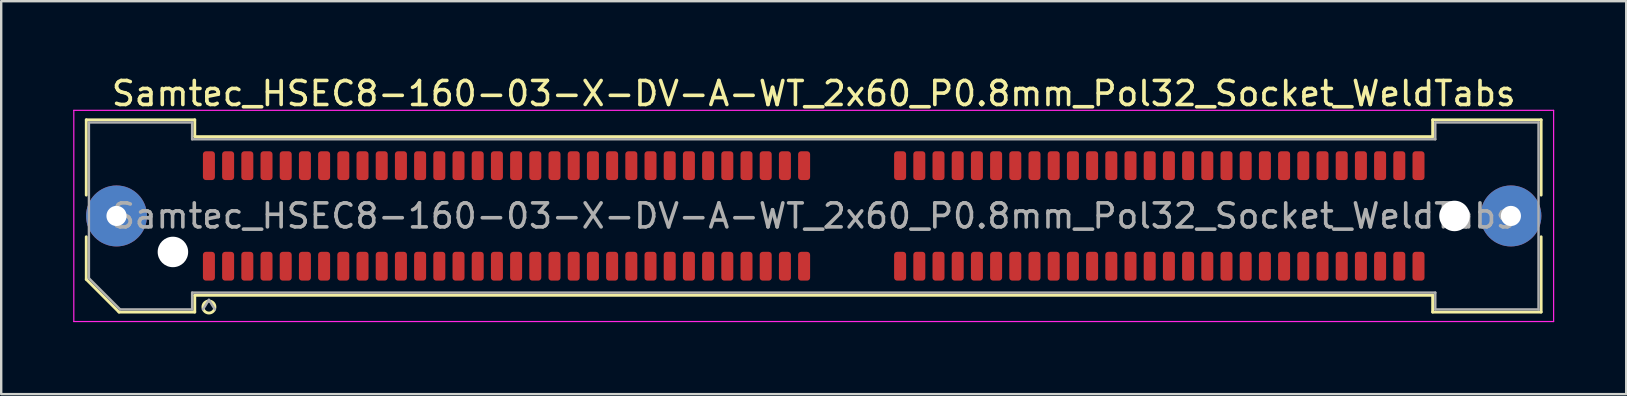
<source format=kicad_pcb>
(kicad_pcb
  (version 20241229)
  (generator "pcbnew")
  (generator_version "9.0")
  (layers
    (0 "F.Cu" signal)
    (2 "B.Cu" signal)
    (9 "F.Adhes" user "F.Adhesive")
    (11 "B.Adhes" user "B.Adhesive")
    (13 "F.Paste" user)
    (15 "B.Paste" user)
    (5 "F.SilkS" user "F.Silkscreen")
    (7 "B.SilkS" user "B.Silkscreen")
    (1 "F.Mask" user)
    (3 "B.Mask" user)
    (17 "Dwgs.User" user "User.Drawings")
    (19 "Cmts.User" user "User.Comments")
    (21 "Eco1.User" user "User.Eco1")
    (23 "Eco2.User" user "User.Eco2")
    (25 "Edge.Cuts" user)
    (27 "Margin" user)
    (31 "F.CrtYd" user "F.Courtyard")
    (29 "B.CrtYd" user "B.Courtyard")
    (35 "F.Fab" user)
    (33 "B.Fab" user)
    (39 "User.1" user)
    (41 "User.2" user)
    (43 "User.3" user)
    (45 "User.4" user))
  (footprint "Samtec_HSEC8-160-03-X-DV-A-WT_2x60_P0.8mm_Pol32_Socket_WeldTabs"
    (layer "F.Cu")
    (at 30.855 5.948)
    (property "Reference" "Samtec_HSEC8-160-03-X-DV-A-WT_2x60_P0.8mm_Pol32_Socket_WeldTabs" (at 0 -5.1 0) (layer "F.SilkS") (effects (font (size 1 1) (thickness 0.15))))
    (attr smd)
    (fp_line (start -30.31 -4.005) (end -25.79 -4.005) (stroke (width 0.12) (type solid)) (layer "F.SilkS"))
    (fp_line (start -30.31 -0.868) (end -30.31 -4.005) (stroke (width 0.12) (type solid)) (layer "F.SilkS"))
    (fp_line (start -30.31 2.641) (end -30.31 0.868) (stroke (width 0.12) (type solid)) (layer "F.SilkS"))
    (fp_line (start -28.946 4.005) (end -30.31 2.641) (stroke (width 0.12) (type solid)) (layer "F.SilkS"))
    (fp_line (start -25.79 -4.005) (end -25.79 -3.305) (stroke (width 0.12) (type solid)) (layer "F.SilkS"))
    (fp_line (start -25.79 -3.305) (end 25.79 -3.305) (stroke (width 0.12) (type solid)) (layer "F.SilkS"))
    (fp_line (start -25.79 3.305) (end -25.79 4.005) (stroke (width 0.12) (type solid)) (layer "F.SilkS"))
    (fp_line (start -25.79 4.005) (end -28.946 4.005) (stroke (width 0.12) (type solid)) (layer "F.SilkS"))
    (fp_line (start 25.79 -4.005) (end 30.31 -4.005) (stroke (width 0.12) (type solid)) (layer "F.SilkS"))
    (fp_line (start 25.79 -3.305) (end 25.79 -4.005) (stroke (width 0.12) (type solid)) (layer "F.SilkS"))
    (fp_line (start 25.79 3.305) (end -25.79 3.305) (stroke (width 0.12) (type solid)) (layer "F.SilkS"))
    (fp_line (start 25.79 4.005) (end 25.79 3.305) (stroke (width 0.12) (type solid)) (layer "F.SilkS"))
    (fp_line (start 30.31 -4.005) (end 30.31 -0.868) (stroke (width 0.12) (type solid)) (layer "F.SilkS"))
    (fp_line (start 30.31 0.868) (end 30.31 4.005) (stroke (width 0.12) (type solid)) (layer "F.SilkS"))
    (fp_line (start 30.31 4.005) (end 25.79 4.005) (stroke (width 0.12) (type solid)) (layer "F.SilkS"))
    (fp_arc (start -24.95 3.795) (mid -25.45 3.795) (end -24.95 3.795) (stroke (width 0.12) (type solid)) (layer "F.SilkS"))
    (fp_line (start -30.83 -4.4) (end -30.83 4.4) (stroke (width 0.05) (type solid)) (layer "F.CrtYd"))
    (fp_line (start -30.83 4.4) (end 30.83 4.4) (stroke (width 0.05) (type solid)) (layer "F.CrtYd"))
    (fp_line (start 30.83 -4.4) (end -30.83 -4.4) (stroke (width 0.05) (type solid)) (layer "F.CrtYd"))
    (fp_line (start 30.83 4.4) (end 30.83 -4.4) (stroke (width 0.05) (type solid)) (layer "F.CrtYd"))
    (fp_line (start -30.2 -3.895) (end -25.9 -3.895) (stroke (width 0.1) (type solid)) (layer "F.Fab"))
    (fp_line (start -30.2 2.595) (end -30.2 -3.895) (stroke (width 0.1) (type solid)) (layer "F.Fab"))
    (fp_line (start -28.9 3.895) (end -30.2 2.595) (stroke (width 0.1) (type solid)) (layer "F.Fab"))
    (fp_line (start -25.9 -3.895) (end -25.9 -3.195) (stroke (width 0.1) (type solid)) (layer "F.Fab"))
    (fp_line (start -25.9 -3.195) (end 25.9 -3.195) (stroke (width 0.1) (type solid)) (layer "F.Fab"))
    (fp_line (start -25.9 3.195) (end -25.9 3.895) (stroke (width 0.1) (type solid)) (layer "F.Fab"))
    (fp_line (start -25.9 3.895) (end -28.9 3.895) (stroke (width 0.1) (type solid)) (layer "F.Fab"))
    (fp_line (start -25.2 3.495) (end -25.45 3.895) (stroke (width 0.1) (type solid)) (layer "F.Fab"))
    (fp_line (start -25.2 3.495) (end -24.95 3.895) (stroke (width 0.1) (type solid)) (layer "F.Fab"))
    (fp_line (start 25.9 -3.895) (end 30.2 -3.895) (stroke (width 0.1) (type solid)) (layer "F.Fab"))
    (fp_line (start 25.9 -3.195) (end 25.9 -3.895) (stroke (width 0.1) (type solid)) (layer "F.Fab"))
    (fp_line (start 25.9 3.195) (end -25.9 3.195) (stroke (width 0.1) (type solid)) (layer "F.Fab"))
    (fp_line (start 25.9 3.895) (end 25.9 3.195) (stroke (width 0.1) (type solid)) (layer "F.Fab"))
    (fp_line (start 30.2 -3.895) (end 30.2 3.895) (stroke (width 0.1) (type solid)) (layer "F.Fab"))
    (fp_line (start 30.2 3.895) (end 25.9 3.895) (stroke (width 0.1) (type solid)) (layer "F.Fab"))
    (fp_text user "${REFERENCE}" (at 0 0 0) (layer "F.Fab") (effects (font (size 1 1) (thickness 0.15))))
    (pad "" thru_hole circle (at -29.05 0) (size 2.54 2.54) (drill 0.84) (layers "*.Cu" "*.Mask" "F.Paste"))
    (pad "" np_thru_hole circle (at -26.7 1.5) (size 1.27 1.27) (drill 1.27) (layers "*.Cu" "*.Mask"))
    (pad "" np_thru_hole circle (at 26.7 0) (size 1.27 1.27) (drill 1.27) (layers "*.Cu" "*.Mask"))
    (pad "" thru_hole circle (at 29.05 0) (size 2.54 2.54) (drill 0.84) (layers "*.Cu" "*.Mask" "F.Paste"))
    (pad "1" smd roundrect (at -25.2 2.095) (size 0.5 1.2) (layers "F.Cu" "F.Mask" "F.Paste") (roundrect_rratio 0.25))
    (pad "2" smd roundrect (at -25.2 -2.095) (size 0.5 1.2) (layers "F.Cu" "F.Mask" "F.Paste") (roundrect_rratio 0.25))
    (pad "3" smd roundrect (at -24.4 2.095) (size 0.5 1.2) (layers "F.Cu" "F.Mask" "F.Paste") (roundrect_rratio 0.25))
    (pad "4" smd roundrect (at -24.4 -2.095) (size 0.5 1.2) (layers "F.Cu" "F.Mask" "F.Paste") (roundrect_rratio 0.25))
    (pad "5" smd roundrect (at -23.6 2.095) (size 0.5 1.2) (layers "F.Cu" "F.Mask" "F.Paste") (roundrect_rratio 0.25))
    (pad "6" smd roundrect (at -23.6 -2.095) (size 0.5 1.2) (layers "F.Cu" "F.Mask" "F.Paste") (roundrect_rratio 0.25))
    (pad "7" smd roundrect (at -22.8 2.095) (size 0.5 1.2) (layers "F.Cu" "F.Mask" "F.Paste") (roundrect_rratio 0.25))
    (pad "8" smd roundrect (at -22.8 -2.095) (size 0.5 1.2) (layers "F.Cu" "F.Mask" "F.Paste") (roundrect_rratio 0.25))
    (pad "9" smd roundrect (at -22 2.095) (size 0.5 1.2) (layers "F.Cu" "F.Mask" "F.Paste") (roundrect_rratio 0.25))
    (pad "10" smd roundrect (at -22 -2.095) (size 0.5 1.2) (layers "F.Cu" "F.Mask" "F.Paste") (roundrect_rratio 0.25))
    (pad "11" smd roundrect (at -21.2 2.095) (size 0.5 1.2) (layers "F.Cu" "F.Mask" "F.Paste") (roundrect_rratio 0.25))
    (pad "12" smd roundrect (at -21.2 -2.095) (size 0.5 1.2) (layers "F.Cu" "F.Mask" "F.Paste") (roundrect_rratio 0.25))
    (pad "13" smd roundrect (at -20.4 2.095) (size 0.5 1.2) (layers "F.Cu" "F.Mask" "F.Paste") (roundrect_rratio 0.25))
    (pad "14" smd roundrect (at -20.4 -2.095) (size 0.5 1.2) (layers "F.Cu" "F.Mask" "F.Paste") (roundrect_rratio 0.25))
    (pad "15" smd roundrect (at -19.6 2.095) (size 0.5 1.2) (layers "F.Cu" "F.Mask" "F.Paste") (roundrect_rratio 0.25))
    (pad "16" smd roundrect (at -19.6 -2.095) (size 0.5 1.2) (layers "F.Cu" "F.Mask" "F.Paste") (roundrect_rratio 0.25))
    (pad "17" smd roundrect (at -18.8 2.095) (size 0.5 1.2) (layers "F.Cu" "F.Mask" "F.Paste") (roundrect_rratio 0.25))
    (pad "18" smd roundrect (at -18.8 -2.095) (size 0.5 1.2) (layers "F.Cu" "F.Mask" "F.Paste") (roundrect_rratio 0.25))
    (pad "19" smd roundrect (at -18 2.095) (size 0.5 1.2) (layers "F.Cu" "F.Mask" "F.Paste") (roundrect_rratio 0.25))
    (pad "20" smd roundrect (at -18 -2.095) (size 0.5 1.2) (layers "F.Cu" "F.Mask" "F.Paste") (roundrect_rratio 0.25))
    (pad "21" smd roundrect (at -17.2 2.095) (size 0.5 1.2) (layers "F.Cu" "F.Mask" "F.Paste") (roundrect_rratio 0.25))
    (pad "22" smd roundrect (at -17.2 -2.095) (size 0.5 1.2) (layers "F.Cu" "F.Mask" "F.Paste") (roundrect_rratio 0.25))
    (pad "23" smd roundrect (at -16.4 2.095) (size 0.5 1.2) (layers "F.Cu" "F.Mask" "F.Paste") (roundrect_rratio 0.25))
    (pad "24" smd roundrect (at -16.4 -2.095) (size 0.5 1.2) (layers "F.Cu" "F.Mask" "F.Paste") (roundrect_rratio 0.25))
    (pad "25" smd roundrect (at -15.6 2.095) (size 0.5 1.2) (layers "F.Cu" "F.Mask" "F.Paste") (roundrect_rratio 0.25))
    (pad "26" smd roundrect (at -15.6 -2.095) (size 0.5 1.2) (layers "F.Cu" "F.Mask" "F.Paste") (roundrect_rratio 0.25))
    (pad "27" smd roundrect (at -14.8 2.095) (size 0.5 1.2) (layers "F.Cu" "F.Mask" "F.Paste") (roundrect_rratio 0.25))
    (pad "28" smd roundrect (at -14.8 -2.095) (size 0.5 1.2) (layers "F.Cu" "F.Mask" "F.Paste") (roundrect_rratio 0.25))
    (pad "29" smd roundrect (at -14 2.095) (size 0.5 1.2) (layers "F.Cu" "F.Mask" "F.Paste") (roundrect_rratio 0.25))
    (pad "30" smd roundrect (at -14 -2.095) (size 0.5 1.2) (layers "F.Cu" "F.Mask" "F.Paste") (roundrect_rratio 0.25))
    (pad "31" smd roundrect (at -13.2 2.095) (size 0.5 1.2) (layers "F.Cu" "F.Mask" "F.Paste") (roundrect_rratio 0.25))
    (pad "32" smd roundrect (at -13.2 -2.095) (size 0.5 1.2) (layers "F.Cu" "F.Mask" "F.Paste") (roundrect_rratio 0.25))
    (pad "33" smd roundrect (at -12.4 2.095) (size 0.5 1.2) (layers "F.Cu" "F.Mask" "F.Paste") (roundrect_rratio 0.25))
    (pad "34" smd roundrect (at -12.4 -2.095) (size 0.5 1.2) (layers "F.Cu" "F.Mask" "F.Paste") (roundrect_rratio 0.25))
    (pad "35" smd roundrect (at -11.6 2.095) (size 0.5 1.2) (layers "F.Cu" "F.Mask" "F.Paste") (roundrect_rratio 0.25))
    (pad "36" smd roundrect (at -11.6 -2.095) (size 0.5 1.2) (layers "F.Cu" "F.Mask" "F.Paste") (roundrect_rratio 0.25))
    (pad "37" smd roundrect (at -10.8 2.095) (size 0.5 1.2) (layers "F.Cu" "F.Mask" "F.Paste") (roundrect_rratio 0.25))
    (pad "38" smd roundrect (at -10.8 -2.095) (size 0.5 1.2) (layers "F.Cu" "F.Mask" "F.Paste") (roundrect_rratio 0.25))
    (pad "39" smd roundrect (at -10 2.095) (size 0.5 1.2) (layers "F.Cu" "F.Mask" "F.Paste") (roundrect_rratio 0.25))
    (pad "40" smd roundrect (at -10 -2.095) (size 0.5 1.2) (layers "F.Cu" "F.Mask" "F.Paste") (roundrect_rratio 0.25))
    (pad "41" smd roundrect (at -9.2 2.095) (size 0.5 1.2) (layers "F.Cu" "F.Mask" "F.Paste") (roundrect_rratio 0.25))
    (pad "42" smd roundrect (at -9.2 -2.095) (size 0.5 1.2) (layers "F.Cu" "F.Mask" "F.Paste") (roundrect_rratio 0.25))
    (pad "43" smd roundrect (at -8.4 2.095) (size 0.5 1.2) (layers "F.Cu" "F.Mask" "F.Paste") (roundrect_rratio 0.25))
    (pad "44" smd roundrect (at -8.4 -2.095) (size 0.5 1.2) (layers "F.Cu" "F.Mask" "F.Paste") (roundrect_rratio 0.25))
    (pad "45" smd roundrect (at -7.6 2.095) (size 0.5 1.2) (layers "F.Cu" "F.Mask" "F.Paste") (roundrect_rratio 0.25))
    (pad "46" smd roundrect (at -7.6 -2.095) (size 0.5 1.2) (layers "F.Cu" "F.Mask" "F.Paste") (roundrect_rratio 0.25))
    (pad "47" smd roundrect (at -6.8 2.095) (size 0.5 1.2) (layers "F.Cu" "F.Mask" "F.Paste") (roundrect_rratio 0.25))
    (pad "48" smd roundrect (at -6.8 -2.095) (size 0.5 1.2) (layers "F.Cu" "F.Mask" "F.Paste") (roundrect_rratio 0.25))
    (pad "49" smd roundrect (at -6 2.095) (size 0.5 1.2) (layers "F.Cu" "F.Mask" "F.Paste") (roundrect_rratio 0.25))
    (pad "50" smd roundrect (at -6 -2.095) (size 0.5 1.2) (layers "F.Cu" "F.Mask" "F.Paste") (roundrect_rratio 0.25))
    (pad "51" smd roundrect (at -5.2 2.095) (size 0.5 1.2) (layers "F.Cu" "F.Mask" "F.Paste") (roundrect_rratio 0.25))
    (pad "52" smd roundrect (at -5.2 -2.095) (size 0.5 1.2) (layers "F.Cu" "F.Mask" "F.Paste") (roundrect_rratio 0.25))
    (pad "53" smd roundrect (at -4.4 2.095) (size 0.5 1.2) (layers "F.Cu" "F.Mask" "F.Paste") (roundrect_rratio 0.25))
    (pad "54" smd roundrect (at -4.4 -2.095) (size 0.5 1.2) (layers "F.Cu" "F.Mask" "F.Paste") (roundrect_rratio 0.25))
    (pad "55" smd roundrect (at -3.6 2.095) (size 0.5 1.2) (layers "F.Cu" "F.Mask" "F.Paste") (roundrect_rratio 0.25))
    (pad "56" smd roundrect (at -3.6 -2.095) (size 0.5 1.2) (layers "F.Cu" "F.Mask" "F.Paste") (roundrect_rratio 0.25))
    (pad "57" smd roundrect (at -2.8 2.095) (size 0.5 1.2) (layers "F.Cu" "F.Mask" "F.Paste") (roundrect_rratio 0.25))
    (pad "58" smd roundrect (at -2.8 -2.095) (size 0.5 1.2) (layers "F.Cu" "F.Mask" "F.Paste") (roundrect_rratio 0.25))
    (pad "59" smd roundrect (at -2 2.095) (size 0.5 1.2) (layers "F.Cu" "F.Mask" "F.Paste") (roundrect_rratio 0.25))
    (pad "60" smd roundrect (at -2 -2.095) (size 0.5 1.2) (layers "F.Cu" "F.Mask" "F.Paste") (roundrect_rratio 0.25))
    (pad "61" smd roundrect (at -1.2 2.095) (size 0.5 1.2) (layers "F.Cu" "F.Mask" "F.Paste") (roundrect_rratio 0.25))
    (pad "62" smd roundrect (at -1.2 -2.095) (size 0.5 1.2) (layers "F.Cu" "F.Mask" "F.Paste") (roundrect_rratio 0.25))
    (pad "63" smd roundrect (at -0.4 2.095) (size 0.5 1.2) (layers "F.Cu" "F.Mask" "F.Paste") (roundrect_rratio 0.25))
    (pad "64" smd roundrect (at -0.4 -2.095) (size 0.5 1.2) (layers "F.Cu" "F.Mask" "F.Paste") (roundrect_rratio 0.25))
    (pad "65" smd roundrect (at 3.6 2.095) (size 0.5 1.2) (layers "F.Cu" "F.Mask" "F.Paste") (roundrect_rratio 0.25))
    (pad "66" smd roundrect (at 3.6 -2.095) (size 0.5 1.2) (layers "F.Cu" "F.Mask" "F.Paste") (roundrect_rratio 0.25))
    (pad "67" smd roundrect (at 4.4 2.095) (size 0.5 1.2) (layers "F.Cu" "F.Mask" "F.Paste") (roundrect_rratio 0.25))
    (pad "68" smd roundrect (at 4.4 -2.095) (size 0.5 1.2) (layers "F.Cu" "F.Mask" "F.Paste") (roundrect_rratio 0.25))
    (pad "69" smd roundrect (at 5.2 2.095) (size 0.5 1.2) (layers "F.Cu" "F.Mask" "F.Paste") (roundrect_rratio 0.25))
    (pad "70" smd roundrect (at 5.2 -2.095) (size 0.5 1.2) (layers "F.Cu" "F.Mask" "F.Paste") (roundrect_rratio 0.25))
    (pad "71" smd roundrect (at 6 2.095) (size 0.5 1.2) (layers "F.Cu" "F.Mask" "F.Paste") (roundrect_rratio 0.25))
    (pad "72" smd roundrect (at 6 -2.095) (size 0.5 1.2) (layers "F.Cu" "F.Mask" "F.Paste") (roundrect_rratio 0.25))
    (pad "73" smd roundrect (at 6.8 2.095) (size 0.5 1.2) (layers "F.Cu" "F.Mask" "F.Paste") (roundrect_rratio 0.25))
    (pad "74" smd roundrect (at 6.8 -2.095) (size 0.5 1.2) (layers "F.Cu" "F.Mask" "F.Paste") (roundrect_rratio 0.25))
    (pad "75" smd roundrect (at 7.6 2.095) (size 0.5 1.2) (layers "F.Cu" "F.Mask" "F.Paste") (roundrect_rratio 0.25))
    (pad "76" smd roundrect (at 7.6 -2.095) (size 0.5 1.2) (layers "F.Cu" "F.Mask" "F.Paste") (roundrect_rratio 0.25))
    (pad "77" smd roundrect (at 8.4 2.095) (size 0.5 1.2) (layers "F.Cu" "F.Mask" "F.Paste") (roundrect_rratio 0.25))
    (pad "78" smd roundrect (at 8.4 -2.095) (size 0.5 1.2) (layers "F.Cu" "F.Mask" "F.Paste") (roundrect_rratio 0.25))
    (pad "79" smd roundrect (at 9.2 2.095) (size 0.5 1.2) (layers "F.Cu" "F.Mask" "F.Paste") (roundrect_rratio 0.25))
    (pad "80" smd roundrect (at 9.2 -2.095) (size 0.5 1.2) (layers "F.Cu" "F.Mask" "F.Paste") (roundrect_rratio 0.25))
    (pad "81" smd roundrect (at 10 2.095) (size 0.5 1.2) (layers "F.Cu" "F.Mask" "F.Paste") (roundrect_rratio 0.25))
    (pad "82" smd roundrect (at 10 -2.095) (size 0.5 1.2) (layers "F.Cu" "F.Mask" "F.Paste") (roundrect_rratio 0.25))
    (pad "83" smd roundrect (at 10.8 2.095) (size 0.5 1.2) (layers "F.Cu" "F.Mask" "F.Paste") (roundrect_rratio 0.25))
    (pad "84" smd roundrect (at 10.8 -2.095) (size 0.5 1.2) (layers "F.Cu" "F.Mask" "F.Paste") (roundrect_rratio 0.25))
    (pad "85" smd roundrect (at 11.6 2.095) (size 0.5 1.2) (layers "F.Cu" "F.Mask" "F.Paste") (roundrect_rratio 0.25))
    (pad "86" smd roundrect (at 11.6 -2.095) (size 0.5 1.2) (layers "F.Cu" "F.Mask" "F.Paste") (roundrect_rratio 0.25))
    (pad "87" smd roundrect (at 12.4 2.095) (size 0.5 1.2) (layers "F.Cu" "F.Mask" "F.Paste") (roundrect_rratio 0.25))
    (pad "88" smd roundrect (at 12.4 -2.095) (size 0.5 1.2) (layers "F.Cu" "F.Mask" "F.Paste") (roundrect_rratio 0.25))
    (pad "89" smd roundrect (at 13.2 2.095) (size 0.5 1.2) (layers "F.Cu" "F.Mask" "F.Paste") (roundrect_rratio 0.25))
    (pad "90" smd roundrect (at 13.2 -2.095) (size 0.5 1.2) (layers "F.Cu" "F.Mask" "F.Paste") (roundrect_rratio 0.25))
    (pad "91" smd roundrect (at 14 2.095) (size 0.5 1.2) (layers "F.Cu" "F.Mask" "F.Paste") (roundrect_rratio 0.25))
    (pad "92" smd roundrect (at 14 -2.095) (size 0.5 1.2) (layers "F.Cu" "F.Mask" "F.Paste") (roundrect_rratio 0.25))
    (pad "93" smd roundrect (at 14.8 2.095) (size 0.5 1.2) (layers "F.Cu" "F.Mask" "F.Paste") (roundrect_rratio 0.25))
    (pad "94" smd roundrect (at 14.8 -2.095) (size 0.5 1.2) (layers "F.Cu" "F.Mask" "F.Paste") (roundrect_rratio 0.25))
    (pad "95" smd roundrect (at 15.6 2.095) (size 0.5 1.2) (layers "F.Cu" "F.Mask" "F.Paste") (roundrect_rratio 0.25))
    (pad "96" smd roundrect (at 15.6 -2.095) (size 0.5 1.2) (layers "F.Cu" "F.Mask" "F.Paste") (roundrect_rratio 0.25))
    (pad "97" smd roundrect (at 16.4 2.095) (size 0.5 1.2) (layers "F.Cu" "F.Mask" "F.Paste") (roundrect_rratio 0.25))
    (pad "98" smd roundrect (at 16.4 -2.095) (size 0.5 1.2) (layers "F.Cu" "F.Mask" "F.Paste") (roundrect_rratio 0.25))
    (pad "99" smd roundrect (at 17.2 2.095) (size 0.5 1.2) (layers "F.Cu" "F.Mask" "F.Paste") (roundrect_rratio 0.25))
    (pad "100" smd roundrect (at 17.2 -2.095) (size 0.5 1.2) (layers "F.Cu" "F.Mask" "F.Paste") (roundrect_rratio 0.25))
    (pad "101" smd roundrect (at 18 2.095) (size 0.5 1.2) (layers "F.Cu" "F.Mask" "F.Paste") (roundrect_rratio 0.25))
    (pad "102" smd roundrect (at 18 -2.095) (size 0.5 1.2) (layers "F.Cu" "F.Mask" "F.Paste") (roundrect_rratio 0.25))
    (pad "103" smd roundrect (at 18.8 2.095) (size 0.5 1.2) (layers "F.Cu" "F.Mask" "F.Paste") (roundrect_rratio 0.25))
    (pad "104" smd roundrect (at 18.8 -2.095) (size 0.5 1.2) (layers "F.Cu" "F.Mask" "F.Paste") (roundrect_rratio 0.25))
    (pad "105" smd roundrect (at 19.6 2.095) (size 0.5 1.2) (layers "F.Cu" "F.Mask" "F.Paste") (roundrect_rratio 0.25))
    (pad "106" smd roundrect (at 19.6 -2.095) (size 0.5 1.2) (layers "F.Cu" "F.Mask" "F.Paste") (roundrect_rratio 0.25))
    (pad "107" smd roundrect (at 20.4 2.095) (size 0.5 1.2) (layers "F.Cu" "F.Mask" "F.Paste") (roundrect_rratio 0.25))
    (pad "108" smd roundrect (at 20.4 -2.095) (size 0.5 1.2) (layers "F.Cu" "F.Mask" "F.Paste") (roundrect_rratio 0.25))
    (pad "109" smd roundrect (at 21.2 2.095) (size 0.5 1.2) (layers "F.Cu" "F.Mask" "F.Paste") (roundrect_rratio 0.25))
    (pad "110" smd roundrect (at 21.2 -2.095) (size 0.5 1.2) (layers "F.Cu" "F.Mask" "F.Paste") (roundrect_rratio 0.25))
    (pad "111" smd roundrect (at 22 2.095) (size 0.5 1.2) (layers "F.Cu" "F.Mask" "F.Paste") (roundrect_rratio 0.25))
    (pad "112" smd roundrect (at 22 -2.095) (size 0.5 1.2) (layers "F.Cu" "F.Mask" "F.Paste") (roundrect_rratio 0.25))
    (pad "113" smd roundrect (at 22.8 2.095) (size 0.5 1.2) (layers "F.Cu" "F.Mask" "F.Paste") (roundrect_rratio 0.25))
    (pad "114" smd roundrect (at 22.8 -2.095) (size 0.5 1.2) (layers "F.Cu" "F.Mask" "F.Paste") (roundrect_rratio 0.25))
    (pad "115" smd roundrect (at 23.6 2.095) (size 0.5 1.2) (layers "F.Cu" "F.Mask" "F.Paste") (roundrect_rratio 0.25))
    (pad "116" smd roundrect (at 23.6 -2.095) (size 0.5 1.2) (layers "F.Cu" "F.Mask" "F.Paste") (roundrect_rratio 0.25))
    (pad "117" smd roundrect (at 24.4 2.095) (size 0.5 1.2) (layers "F.Cu" "F.Mask" "F.Paste") (roundrect_rratio 0.25))
    (pad "118" smd roundrect (at 24.4 -2.095) (size 0.5 1.2) (layers "F.Cu" "F.Mask" "F.Paste") (roundrect_rratio 0.25))
    (pad "119" smd roundrect (at 25.2 2.095) (size 0.5 1.2) (layers "F.Cu" "F.Mask" "F.Paste") (roundrect_rratio 0.25))
    (pad "120" smd roundrect (at 25.2 -2.095) (size 0.5 1.2) (layers "F.Cu" "F.Mask" "F.Paste") (roundrect_rratio 0.25)))
  (gr_rect
    (start -3 -3)
    (end 64.71 13.373)
    (stroke (width 0.1) (type default))
    (fill no)
    (layer "Edge.Cuts")))
</source>
